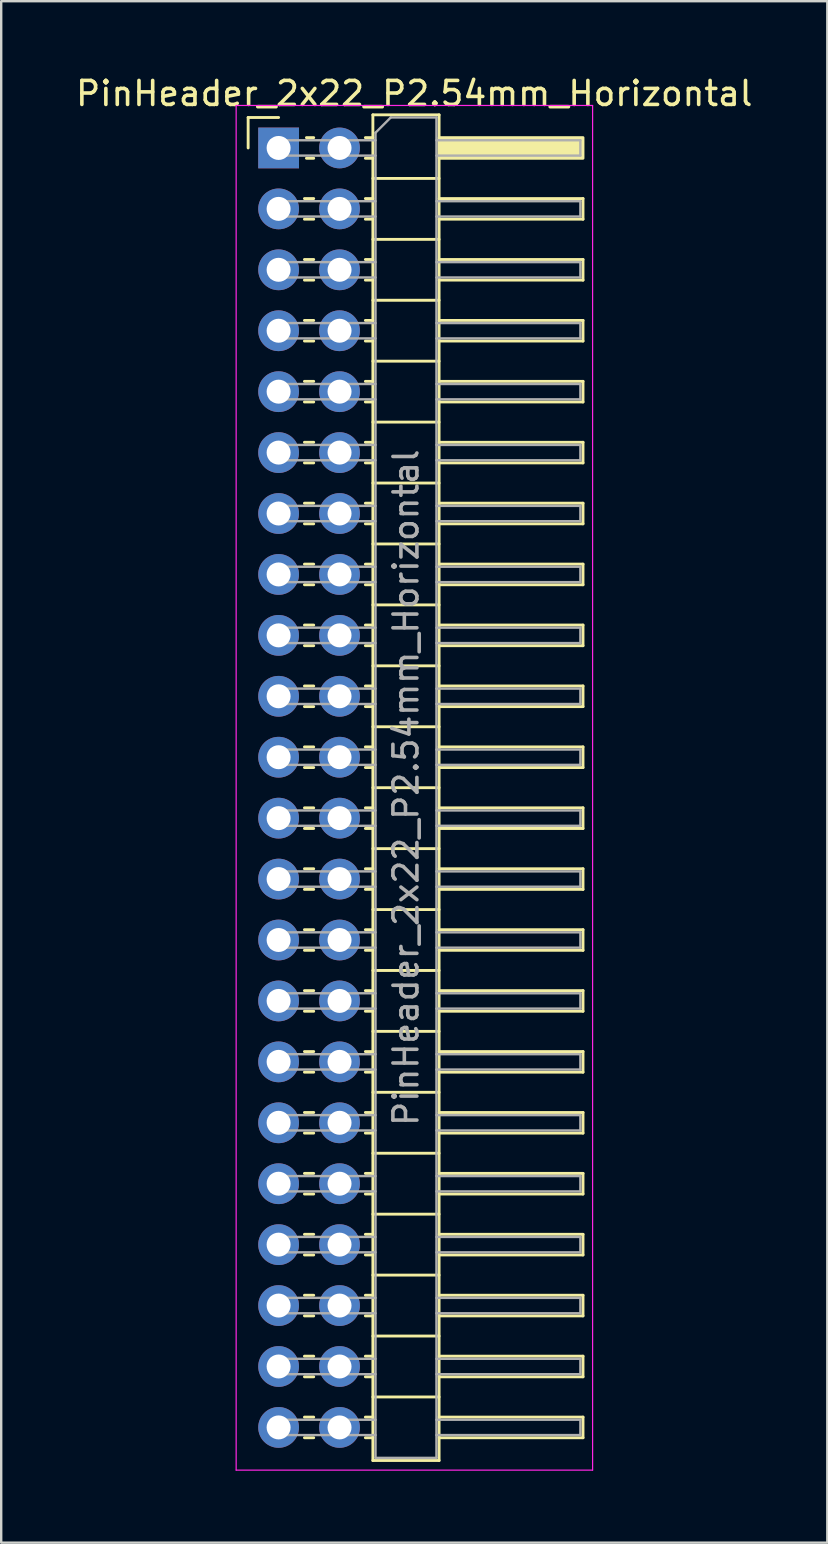
<source format=kicad_pcb>
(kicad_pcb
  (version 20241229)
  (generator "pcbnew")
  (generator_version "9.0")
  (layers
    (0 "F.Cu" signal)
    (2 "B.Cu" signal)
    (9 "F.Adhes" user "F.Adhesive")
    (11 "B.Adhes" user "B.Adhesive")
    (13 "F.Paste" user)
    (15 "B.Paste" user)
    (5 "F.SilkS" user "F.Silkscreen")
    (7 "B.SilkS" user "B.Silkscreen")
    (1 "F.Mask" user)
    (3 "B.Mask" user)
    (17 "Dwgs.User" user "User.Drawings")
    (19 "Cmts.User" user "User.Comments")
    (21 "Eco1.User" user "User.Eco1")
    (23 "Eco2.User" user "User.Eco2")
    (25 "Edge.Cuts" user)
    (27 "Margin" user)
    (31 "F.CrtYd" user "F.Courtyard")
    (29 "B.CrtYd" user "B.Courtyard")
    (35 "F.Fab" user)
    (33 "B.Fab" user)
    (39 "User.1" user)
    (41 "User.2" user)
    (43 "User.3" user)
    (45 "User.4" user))
  (footprint "PinHeader_2x22_P2.54mm_Horizontal"
    (layer "F.Cu")
    (at 8.565 3.118)
    (property "Reference" "PinHeader_2x22_P2.54mm_Horizontal" (at 5.655 -2.27 0) (layer "F.SilkS") (effects (font (size 1 1) (thickness 0.15))))
    (attr through_hole)
    (fp_line (start -1.27 -1.27) (end 0 -1.27) (stroke (width 0.12) (type solid)) (layer "F.SilkS"))
    (fp_line (start -1.27 0) (end -1.27 -1.27) (stroke (width 0.12) (type solid)) (layer "F.SilkS"))
    (fp_line (start 1.077 2.11) (end 1.463 2.11) (stroke (width 0.12) (type solid)) (layer "F.SilkS"))
    (fp_line (start 1.077 2.97) (end 1.463 2.97) (stroke (width 0.12) (type solid)) (layer "F.SilkS"))
    (fp_line (start 1.077 4.65) (end 1.463 4.65) (stroke (width 0.12) (type solid)) (layer "F.SilkS"))
    (fp_line (start 1.077 5.51) (end 1.463 5.51) (stroke (width 0.12) (type solid)) (layer "F.SilkS"))
    (fp_line (start 1.077 7.19) (end 1.463 7.19) (stroke (width 0.12) (type solid)) (layer "F.SilkS"))
    (fp_line (start 1.077 8.05) (end 1.463 8.05) (stroke (width 0.12) (type solid)) (layer "F.SilkS"))
    (fp_line (start 1.077 9.73) (end 1.463 9.73) (stroke (width 0.12) (type solid)) (layer "F.SilkS"))
    (fp_line (start 1.077 10.59) (end 1.463 10.59) (stroke (width 0.12) (type solid)) (layer "F.SilkS"))
    (fp_line (start 1.077 12.27) (end 1.463 12.27) (stroke (width 0.12) (type solid)) (layer "F.SilkS"))
    (fp_line (start 1.077 13.13) (end 1.463 13.13) (stroke (width 0.12) (type solid)) (layer "F.SilkS"))
    (fp_line (start 1.077 14.81) (end 1.463 14.81) (stroke (width 0.12) (type solid)) (layer "F.SilkS"))
    (fp_line (start 1.077 15.67) (end 1.463 15.67) (stroke (width 0.12) (type solid)) (layer "F.SilkS"))
    (fp_line (start 1.077 17.35) (end 1.463 17.35) (stroke (width 0.12) (type solid)) (layer "F.SilkS"))
    (fp_line (start 1.077 18.21) (end 1.463 18.21) (stroke (width 0.12) (type solid)) (layer "F.SilkS"))
    (fp_line (start 1.077 19.89) (end 1.463 19.89) (stroke (width 0.12) (type solid)) (layer "F.SilkS"))
    (fp_line (start 1.077 20.75) (end 1.463 20.75) (stroke (width 0.12) (type solid)) (layer "F.SilkS"))
    (fp_line (start 1.077 22.43) (end 1.463 22.43) (stroke (width 0.12) (type solid)) (layer "F.SilkS"))
    (fp_line (start 1.077 23.29) (end 1.463 23.29) (stroke (width 0.12) (type solid)) (layer "F.SilkS"))
    (fp_line (start 1.077 24.97) (end 1.463 24.97) (stroke (width 0.12) (type solid)) (layer "F.SilkS"))
    (fp_line (start 1.077 25.83) (end 1.463 25.83) (stroke (width 0.12) (type solid)) (layer "F.SilkS"))
    (fp_line (start 1.077 27.51) (end 1.463 27.51) (stroke (width 0.12) (type solid)) (layer "F.SilkS"))
    (fp_line (start 1.077 28.37) (end 1.463 28.37) (stroke (width 0.12) (type solid)) (layer "F.SilkS"))
    (fp_line (start 1.077 30.05) (end 1.463 30.05) (stroke (width 0.12) (type solid)) (layer "F.SilkS"))
    (fp_line (start 1.077 30.91) (end 1.463 30.91) (stroke (width 0.12) (type solid)) (layer "F.SilkS"))
    (fp_line (start 1.077 32.59) (end 1.463 32.59) (stroke (width 0.12) (type solid)) (layer "F.SilkS"))
    (fp_line (start 1.077 33.45) (end 1.463 33.45) (stroke (width 0.12) (type solid)) (layer "F.SilkS"))
    (fp_line (start 1.077 35.13) (end 1.463 35.13) (stroke (width 0.12) (type solid)) (layer "F.SilkS"))
    (fp_line (start 1.077 35.99) (end 1.463 35.99) (stroke (width 0.12) (type solid)) (layer "F.SilkS"))
    (fp_line (start 1.077 37.67) (end 1.463 37.67) (stroke (width 0.12) (type solid)) (layer "F.SilkS"))
    (fp_line (start 1.077 38.53) (end 1.463 38.53) (stroke (width 0.12) (type solid)) (layer "F.SilkS"))
    (fp_line (start 1.077 40.21) (end 1.463 40.21) (stroke (width 0.12) (type solid)) (layer "F.SilkS"))
    (fp_line (start 1.077 41.07) (end 1.463 41.07) (stroke (width 0.12) (type solid)) (layer "F.SilkS"))
    (fp_line (start 1.077 42.75) (end 1.463 42.75) (stroke (width 0.12) (type solid)) (layer "F.SilkS"))
    (fp_line (start 1.077 43.61) (end 1.463 43.61) (stroke (width 0.12) (type solid)) (layer "F.SilkS"))
    (fp_line (start 1.077 45.29) (end 1.463 45.29) (stroke (width 0.12) (type solid)) (layer "F.SilkS"))
    (fp_line (start 1.077 46.15) (end 1.463 46.15) (stroke (width 0.12) (type solid)) (layer "F.SilkS"))
    (fp_line (start 1.077 47.83) (end 1.463 47.83) (stroke (width 0.12) (type solid)) (layer "F.SilkS"))
    (fp_line (start 1.077 48.69) (end 1.463 48.69) (stroke (width 0.12) (type solid)) (layer "F.SilkS"))
    (fp_line (start 1.077 50.37) (end 1.463 50.37) (stroke (width 0.12) (type solid)) (layer "F.SilkS"))
    (fp_line (start 1.077 51.23) (end 1.463 51.23) (stroke (width 0.12) (type solid)) (layer "F.SilkS"))
    (fp_line (start 1.077 52.91) (end 1.463 52.91) (stroke (width 0.12) (type solid)) (layer "F.SilkS"))
    (fp_line (start 1.077 53.77) (end 1.463 53.77) (stroke (width 0.12) (type solid)) (layer "F.SilkS"))
    (fp_line (start 1.16 -0.43) (end 1.463 -0.43) (stroke (width 0.12) (type solid)) (layer "F.SilkS"))
    (fp_line (start 1.16 0.43) (end 1.463 0.43) (stroke (width 0.12) (type solid)) (layer "F.SilkS"))
    (fp_line (start 3.617 -0.43) (end 3.93 -0.43) (stroke (width 0.12) (type solid)) (layer "F.SilkS"))
    (fp_line (start 3.617 0.43) (end 3.93 0.43) (stroke (width 0.12) (type solid)) (layer "F.SilkS"))
    (fp_line (start 3.617 2.11) (end 3.93 2.11) (stroke (width 0.12) (type solid)) (layer "F.SilkS"))
    (fp_line (start 3.617 2.97) (end 3.93 2.97) (stroke (width 0.12) (type solid)) (layer "F.SilkS"))
    (fp_line (start 3.617 4.65) (end 3.93 4.65) (stroke (width 0.12) (type solid)) (layer "F.SilkS"))
    (fp_line (start 3.617 5.51) (end 3.93 5.51) (stroke (width 0.12) (type solid)) (layer "F.SilkS"))
    (fp_line (start 3.617 7.19) (end 3.93 7.19) (stroke (width 0.12) (type solid)) (layer "F.SilkS"))
    (fp_line (start 3.617 8.05) (end 3.93 8.05) (stroke (width 0.12) (type solid)) (layer "F.SilkS"))
    (fp_line (start 3.617 9.73) (end 3.93 9.73) (stroke (width 0.12) (type solid)) (layer "F.SilkS"))
    (fp_line (start 3.617 10.59) (end 3.93 10.59) (stroke (width 0.12) (type solid)) (layer "F.SilkS"))
    (fp_line (start 3.617 12.27) (end 3.93 12.27) (stroke (width 0.12) (type solid)) (layer "F.SilkS"))
    (fp_line (start 3.617 13.13) (end 3.93 13.13) (stroke (width 0.12) (type solid)) (layer "F.SilkS"))
    (fp_line (start 3.617 14.81) (end 3.93 14.81) (stroke (width 0.12) (type solid)) (layer "F.SilkS"))
    (fp_line (start 3.617 15.67) (end 3.93 15.67) (stroke (width 0.12) (type solid)) (layer "F.SilkS"))
    (fp_line (start 3.617 17.35) (end 3.93 17.35) (stroke (width 0.12) (type solid)) (layer "F.SilkS"))
    (fp_line (start 3.617 18.21) (end 3.93 18.21) (stroke (width 0.12) (type solid)) (layer "F.SilkS"))
    (fp_line (start 3.617 19.89) (end 3.93 19.89) (stroke (width 0.12) (type solid)) (layer "F.SilkS"))
    (fp_line (start 3.617 20.75) (end 3.93 20.75) (stroke (width 0.12) (type solid)) (layer "F.SilkS"))
    (fp_line (start 3.617 22.43) (end 3.93 22.43) (stroke (width 0.12) (type solid)) (layer "F.SilkS"))
    (fp_line (start 3.617 23.29) (end 3.93 23.29) (stroke (width 0.12) (type solid)) (layer "F.SilkS"))
    (fp_line (start 3.617 24.97) (end 3.93 24.97) (stroke (width 0.12) (type solid)) (layer "F.SilkS"))
    (fp_line (start 3.617 25.83) (end 3.93 25.83) (stroke (width 0.12) (type solid)) (layer "F.SilkS"))
    (fp_line (start 3.617 27.51) (end 3.93 27.51) (stroke (width 0.12) (type solid)) (layer "F.SilkS"))
    (fp_line (start 3.617 28.37) (end 3.93 28.37) (stroke (width 0.12) (type solid)) (layer "F.SilkS"))
    (fp_line (start 3.617 30.05) (end 3.93 30.05) (stroke (width 0.12) (type solid)) (layer "F.SilkS"))
    (fp_line (start 3.617 30.91) (end 3.93 30.91) (stroke (width 0.12) (type solid)) (layer "F.SilkS"))
    (fp_line (start 3.617 32.59) (end 3.93 32.59) (stroke (width 0.12) (type solid)) (layer "F.SilkS"))
    (fp_line (start 3.617 33.45) (end 3.93 33.45) (stroke (width 0.12) (type solid)) (layer "F.SilkS"))
    (fp_line (start 3.617 35.13) (end 3.93 35.13) (stroke (width 0.12) (type solid)) (layer "F.SilkS"))
    (fp_line (start 3.617 35.99) (end 3.93 35.99) (stroke (width 0.12) (type solid)) (layer "F.SilkS"))
    (fp_line (start 3.617 37.67) (end 3.93 37.67) (stroke (width 0.12) (type solid)) (layer "F.SilkS"))
    (fp_line (start 3.617 38.53) (end 3.93 38.53) (stroke (width 0.12) (type solid)) (layer "F.SilkS"))
    (fp_line (start 3.617 40.21) (end 3.93 40.21) (stroke (width 0.12) (type solid)) (layer "F.SilkS"))
    (fp_line (start 3.617 41.07) (end 3.93 41.07) (stroke (width 0.12) (type solid)) (layer "F.SilkS"))
    (fp_line (start 3.617 42.75) (end 3.93 42.75) (stroke (width 0.12) (type solid)) (layer "F.SilkS"))
    (fp_line (start 3.617 43.61) (end 3.93 43.61) (stroke (width 0.12) (type solid)) (layer "F.SilkS"))
    (fp_line (start 3.617 45.29) (end 3.93 45.29) (stroke (width 0.12) (type solid)) (layer "F.SilkS"))
    (fp_line (start 3.617 46.15) (end 3.93 46.15) (stroke (width 0.12) (type solid)) (layer "F.SilkS"))
    (fp_line (start 3.617 47.83) (end 3.93 47.83) (stroke (width 0.12) (type solid)) (layer "F.SilkS"))
    (fp_line (start 3.617 48.69) (end 3.93 48.69) (stroke (width 0.12) (type solid)) (layer "F.SilkS"))
    (fp_line (start 3.617 50.37) (end 3.93 50.37) (stroke (width 0.12) (type solid)) (layer "F.SilkS"))
    (fp_line (start 3.617 51.23) (end 3.93 51.23) (stroke (width 0.12) (type solid)) (layer "F.SilkS"))
    (fp_line (start 3.617 52.91) (end 3.93 52.91) (stroke (width 0.12) (type solid)) (layer "F.SilkS"))
    (fp_line (start 3.617 53.77) (end 3.93 53.77) (stroke (width 0.12) (type solid)) (layer "F.SilkS"))
    (fp_line (start 3.93 -1.38) (end 3.93 54.72) (stroke (width 0.12) (type solid)) (layer "F.SilkS"))
    (fp_line (start 3.93 1.27) (end 6.69 1.27) (stroke (width 0.12) (type solid)) (layer "F.SilkS"))
    (fp_line (start 3.93 3.81) (end 6.69 3.81) (stroke (width 0.12) (type solid)) (layer "F.SilkS"))
    (fp_line (start 3.93 6.35) (end 6.69 6.35) (stroke (width 0.12) (type solid)) (layer "F.SilkS"))
    (fp_line (start 3.93 8.89) (end 6.69 8.89) (stroke (width 0.12) (type solid)) (layer "F.SilkS"))
    (fp_line (start 3.93 11.43) (end 6.69 11.43) (stroke (width 0.12) (type solid)) (layer "F.SilkS"))
    (fp_line (start 3.93 13.97) (end 6.69 13.97) (stroke (width 0.12) (type solid)) (layer "F.SilkS"))
    (fp_line (start 3.93 16.51) (end 6.69 16.51) (stroke (width 0.12) (type solid)) (layer "F.SilkS"))
    (fp_line (start 3.93 19.05) (end 6.69 19.05) (stroke (width 0.12) (type solid)) (layer "F.SilkS"))
    (fp_line (start 3.93 21.59) (end 6.69 21.59) (stroke (width 0.12) (type solid)) (layer "F.SilkS"))
    (fp_line (start 3.93 24.13) (end 6.69 24.13) (stroke (width 0.12) (type solid)) (layer "F.SilkS"))
    (fp_line (start 3.93 26.67) (end 6.69 26.67) (stroke (width 0.12) (type solid)) (layer "F.SilkS"))
    (fp_line (start 3.93 29.21) (end 6.69 29.21) (stroke (width 0.12) (type solid)) (layer "F.SilkS"))
    (fp_line (start 3.93 31.75) (end 6.69 31.75) (stroke (width 0.12) (type solid)) (layer "F.SilkS"))
    (fp_line (start 3.93 34.29) (end 6.69 34.29) (stroke (width 0.12) (type solid)) (layer "F.SilkS"))
    (fp_line (start 3.93 36.83) (end 6.69 36.83) (stroke (width 0.12) (type solid)) (layer "F.SilkS"))
    (fp_line (start 3.93 39.37) (end 6.69 39.37) (stroke (width 0.12) (type solid)) (layer "F.SilkS"))
    (fp_line (start 3.93 41.91) (end 6.69 41.91) (stroke (width 0.12) (type solid)) (layer "F.SilkS"))
    (fp_line (start 3.93 44.45) (end 6.69 44.45) (stroke (width 0.12) (type solid)) (layer "F.SilkS"))
    (fp_line (start 3.93 46.99) (end 6.69 46.99) (stroke (width 0.12) (type solid)) (layer "F.SilkS"))
    (fp_line (start 3.93 49.53) (end 6.69 49.53) (stroke (width 0.12) (type solid)) (layer "F.SilkS"))
    (fp_line (start 3.93 52.07) (end 6.69 52.07) (stroke (width 0.12) (type solid)) (layer "F.SilkS"))
    (fp_line (start 3.93 54.72) (end 6.69 54.72) (stroke (width 0.12) (type solid)) (layer "F.SilkS"))
    (fp_line (start 6.69 -1.38) (end 3.93 -1.38) (stroke (width 0.12) (type solid)) (layer "F.SilkS"))
    (fp_line (start 6.69 2.11) (end 12.69 2.11) (stroke (width 0.12) (type solid)) (layer "F.SilkS"))
    (fp_line (start 6.69 4.65) (end 12.69 4.65) (stroke (width 0.12) (type solid)) (layer "F.SilkS"))
    (fp_line (start 6.69 7.19) (end 12.69 7.19) (stroke (width 0.12) (type solid)) (layer "F.SilkS"))
    (fp_line (start 6.69 9.73) (end 12.69 9.73) (stroke (width 0.12) (type solid)) (layer "F.SilkS"))
    (fp_line (start 6.69 12.27) (end 12.69 12.27) (stroke (width 0.12) (type solid)) (layer "F.SilkS"))
    (fp_line (start 6.69 14.81) (end 12.69 14.81) (stroke (width 0.12) (type solid)) (layer "F.SilkS"))
    (fp_line (start 6.69 17.35) (end 12.69 17.35) (stroke (width 0.12) (type solid)) (layer "F.SilkS"))
    (fp_line (start 6.69 19.89) (end 12.69 19.89) (stroke (width 0.12) (type solid)) (layer "F.SilkS"))
    (fp_line (start 6.69 22.43) (end 12.69 22.43) (stroke (width 0.12) (type solid)) (layer "F.SilkS"))
    (fp_line (start 6.69 24.97) (end 12.69 24.97) (stroke (width 0.12) (type solid)) (layer "F.SilkS"))
    (fp_line (start 6.69 27.51) (end 12.69 27.51) (stroke (width 0.12) (type solid)) (layer "F.SilkS"))
    (fp_line (start 6.69 30.05) (end 12.69 30.05) (stroke (width 0.12) (type solid)) (layer "F.SilkS"))
    (fp_line (start 6.69 32.59) (end 12.69 32.59) (stroke (width 0.12) (type solid)) (layer "F.SilkS"))
    (fp_line (start 6.69 35.13) (end 12.69 35.13) (stroke (width 0.12) (type solid)) (layer "F.SilkS"))
    (fp_line (start 6.69 37.67) (end 12.69 37.67) (stroke (width 0.12) (type solid)) (layer "F.SilkS"))
    (fp_line (start 6.69 40.21) (end 12.69 40.21) (stroke (width 0.12) (type solid)) (layer "F.SilkS"))
    (fp_line (start 6.69 42.75) (end 12.69 42.75) (stroke (width 0.12) (type solid)) (layer "F.SilkS"))
    (fp_line (start 6.69 45.29) (end 12.69 45.29) (stroke (width 0.12) (type solid)) (layer "F.SilkS"))
    (fp_line (start 6.69 47.83) (end 12.69 47.83) (stroke (width 0.12) (type solid)) (layer "F.SilkS"))
    (fp_line (start 6.69 50.37) (end 12.69 50.37) (stroke (width 0.12) (type solid)) (layer "F.SilkS"))
    (fp_line (start 6.69 52.91) (end 12.69 52.91) (stroke (width 0.12) (type solid)) (layer "F.SilkS"))
    (fp_line (start 6.69 54.72) (end 6.69 -1.38) (stroke (width 0.12) (type solid)) (layer "F.SilkS"))
    (fp_line (start 12.69 2.11) (end 12.69 2.97) (stroke (width 0.12) (type solid)) (layer "F.SilkS"))
    (fp_line (start 12.69 2.97) (end 6.69 2.97) (stroke (width 0.12) (type solid)) (layer "F.SilkS"))
    (fp_line (start 12.69 4.65) (end 12.69 5.51) (stroke (width 0.12) (type solid)) (layer "F.SilkS"))
    (fp_line (start 12.69 5.51) (end 6.69 5.51) (stroke (width 0.12) (type solid)) (layer "F.SilkS"))
    (fp_line (start 12.69 7.19) (end 12.69 8.05) (stroke (width 0.12) (type solid)) (layer "F.SilkS"))
    (fp_line (start 12.69 8.05) (end 6.69 8.05) (stroke (width 0.12) (type solid)) (layer "F.SilkS"))
    (fp_line (start 12.69 9.73) (end 12.69 10.59) (stroke (width 0.12) (type solid)) (layer "F.SilkS"))
    (fp_line (start 12.69 10.59) (end 6.69 10.59) (stroke (width 0.12) (type solid)) (layer "F.SilkS"))
    (fp_line (start 12.69 12.27) (end 12.69 13.13) (stroke (width 0.12) (type solid)) (layer "F.SilkS"))
    (fp_line (start 12.69 13.13) (end 6.69 13.13) (stroke (width 0.12) (type solid)) (layer "F.SilkS"))
    (fp_line (start 12.69 14.81) (end 12.69 15.67) (stroke (width 0.12) (type solid)) (layer "F.SilkS"))
    (fp_line (start 12.69 15.67) (end 6.69 15.67) (stroke (width 0.12) (type solid)) (layer "F.SilkS"))
    (fp_line (start 12.69 17.35) (end 12.69 18.21) (stroke (width 0.12) (type solid)) (layer "F.SilkS"))
    (fp_line (start 12.69 18.21) (end 6.69 18.21) (stroke (width 0.12) (type solid)) (layer "F.SilkS"))
    (fp_line (start 12.69 19.89) (end 12.69 20.75) (stroke (width 0.12) (type solid)) (layer "F.SilkS"))
    (fp_line (start 12.69 20.75) (end 6.69 20.75) (stroke (width 0.12) (type solid)) (layer "F.SilkS"))
    (fp_line (start 12.69 22.43) (end 12.69 23.29) (stroke (width 0.12) (type solid)) (layer "F.SilkS"))
    (fp_line (start 12.69 23.29) (end 6.69 23.29) (stroke (width 0.12) (type solid)) (layer "F.SilkS"))
    (fp_line (start 12.69 24.97) (end 12.69 25.83) (stroke (width 0.12) (type solid)) (layer "F.SilkS"))
    (fp_line (start 12.69 25.83) (end 6.69 25.83) (stroke (width 0.12) (type solid)) (layer "F.SilkS"))
    (fp_line (start 12.69 27.51) (end 12.69 28.37) (stroke (width 0.12) (type solid)) (layer "F.SilkS"))
    (fp_line (start 12.69 28.37) (end 6.69 28.37) (stroke (width 0.12) (type solid)) (layer "F.SilkS"))
    (fp_line (start 12.69 30.05) (end 12.69 30.91) (stroke (width 0.12) (type solid)) (layer "F.SilkS"))
    (fp_line (start 12.69 30.91) (end 6.69 30.91) (stroke (width 0.12) (type solid)) (layer "F.SilkS"))
    (fp_line (start 12.69 32.59) (end 12.69 33.45) (stroke (width 0.12) (type solid)) (layer "F.SilkS"))
    (fp_line (start 12.69 33.45) (end 6.69 33.45) (stroke (width 0.12) (type solid)) (layer "F.SilkS"))
    (fp_line (start 12.69 35.13) (end 12.69 35.99) (stroke (width 0.12) (type solid)) (layer "F.SilkS"))
    (fp_line (start 12.69 35.99) (end 6.69 35.99) (stroke (width 0.12) (type solid)) (layer "F.SilkS"))
    (fp_line (start 12.69 37.67) (end 12.69 38.53) (stroke (width 0.12) (type solid)) (layer "F.SilkS"))
    (fp_line (start 12.69 38.53) (end 6.69 38.53) (stroke (width 0.12) (type solid)) (layer "F.SilkS"))
    (fp_line (start 12.69 40.21) (end 12.69 41.07) (stroke (width 0.12) (type solid)) (layer "F.SilkS"))
    (fp_line (start 12.69 41.07) (end 6.69 41.07) (stroke (width 0.12) (type solid)) (layer "F.SilkS"))
    (fp_line (start 12.69 42.75) (end 12.69 43.61) (stroke (width 0.12) (type solid)) (layer "F.SilkS"))
    (fp_line (start 12.69 43.61) (end 6.69 43.61) (stroke (width 0.12) (type solid)) (layer "F.SilkS"))
    (fp_line (start 12.69 45.29) (end 12.69 46.15) (stroke (width 0.12) (type solid)) (layer "F.SilkS"))
    (fp_line (start 12.69 46.15) (end 6.69 46.15) (stroke (width 0.12) (type solid)) (layer "F.SilkS"))
    (fp_line (start 12.69 47.83) (end 12.69 48.69) (stroke (width 0.12) (type solid)) (layer "F.SilkS"))
    (fp_line (start 12.69 48.69) (end 6.69 48.69) (stroke (width 0.12) (type solid)) (layer "F.SilkS"))
    (fp_line (start 12.69 50.37) (end 12.69 51.23) (stroke (width 0.12) (type solid)) (layer "F.SilkS"))
    (fp_line (start 12.69 51.23) (end 6.69 51.23) (stroke (width 0.12) (type solid)) (layer "F.SilkS"))
    (fp_line (start 12.69 52.91) (end 12.69 53.77) (stroke (width 0.12) (type solid)) (layer "F.SilkS"))
    (fp_line (start 12.69 53.77) (end 6.69 53.77) (stroke (width 0.12) (type solid)) (layer "F.SilkS"))
    (fp_rect (start 6.69 -0.43) (end 12.69 0.43) (stroke (width 0.12) (type solid)) (fill yes) (layer "F.SilkS"))
    (fp_line (start -1.77 -1.77) (end -1.77 55.12) (stroke (width 0.05) (type solid)) (layer "F.CrtYd"))
    (fp_line (start -1.77 55.12) (end 13.09 55.12) (stroke (width 0.05) (type solid)) (layer "F.CrtYd"))
    (fp_line (start 13.09 -1.77) (end -1.77 -1.77) (stroke (width 0.05) (type solid)) (layer "F.CrtYd"))
    (fp_line (start 13.09 55.12) (end 13.09 -1.77) (stroke (width 0.05) (type solid)) (layer "F.CrtYd"))
    (fp_line (start -0.32 -0.32) (end -0.32 0.32) (stroke (width 0.1) (type solid)) (layer "F.Fab"))
    (fp_line (start -0.32 -0.32) (end 4.04 -0.32) (stroke (width 0.1) (type solid)) (layer "F.Fab"))
    (fp_line (start -0.32 0.32) (end 4.04 0.32) (stroke (width 0.1) (type solid)) (layer "F.Fab"))
    (fp_line (start -0.32 2.22) (end -0.32 2.86) (stroke (width 0.1) (type solid)) (layer "F.Fab"))
    (fp_line (start -0.32 2.22) (end 4.04 2.22) (stroke (width 0.1) (type solid)) (layer "F.Fab"))
    (fp_line (start -0.32 2.86) (end 4.04 2.86) (stroke (width 0.1) (type solid)) (layer "F.Fab"))
    (fp_line (start -0.32 4.76) (end -0.32 5.4) (stroke (width 0.1) (type solid)) (layer "F.Fab"))
    (fp_line (start -0.32 4.76) (end 4.04 4.76) (stroke (width 0.1) (type solid)) (layer "F.Fab"))
    (fp_line (start -0.32 5.4) (end 4.04 5.4) (stroke (width 0.1) (type solid)) (layer "F.Fab"))
    (fp_line (start -0.32 7.3) (end -0.32 7.94) (stroke (width 0.1) (type solid)) (layer "F.Fab"))
    (fp_line (start -0.32 7.3) (end 4.04 7.3) (stroke (width 0.1) (type solid)) (layer "F.Fab"))
    (fp_line (start -0.32 7.94) (end 4.04 7.94) (stroke (width 0.1) (type solid)) (layer "F.Fab"))
    (fp_line (start -0.32 9.84) (end -0.32 10.48) (stroke (width 0.1) (type solid)) (layer "F.Fab"))
    (fp_line (start -0.32 9.84) (end 4.04 9.84) (stroke (width 0.1) (type solid)) (layer "F.Fab"))
    (fp_line (start -0.32 10.48) (end 4.04 10.48) (stroke (width 0.1) (type solid)) (layer "F.Fab"))
    (fp_line (start -0.32 12.38) (end -0.32 13.02) (stroke (width 0.1) (type solid)) (layer "F.Fab"))
    (fp_line (start -0.32 12.38) (end 4.04 12.38) (stroke (width 0.1) (type solid)) (layer "F.Fab"))
    (fp_line (start -0.32 13.02) (end 4.04 13.02) (stroke (width 0.1) (type solid)) (layer "F.Fab"))
    (fp_line (start -0.32 14.92) (end -0.32 15.56) (stroke (width 0.1) (type solid)) (layer "F.Fab"))
    (fp_line (start -0.32 14.92) (end 4.04 14.92) (stroke (width 0.1) (type solid)) (layer "F.Fab"))
    (fp_line (start -0.32 15.56) (end 4.04 15.56) (stroke (width 0.1) (type solid)) (layer "F.Fab"))
    (fp_line (start -0.32 17.46) (end -0.32 18.1) (stroke (width 0.1) (type solid)) (layer "F.Fab"))
    (fp_line (start -0.32 17.46) (end 4.04 17.46) (stroke (width 0.1) (type solid)) (layer "F.Fab"))
    (fp_line (start -0.32 18.1) (end 4.04 18.1) (stroke (width 0.1) (type solid)) (layer "F.Fab"))
    (fp_line (start -0.32 20) (end -0.32 20.64) (stroke (width 0.1) (type solid)) (layer "F.Fab"))
    (fp_line (start -0.32 20) (end 4.04 20) (stroke (width 0.1) (type solid)) (layer "F.Fab"))
    (fp_line (start -0.32 20.64) (end 4.04 20.64) (stroke (width 0.1) (type solid)) (layer "F.Fab"))
    (fp_line (start -0.32 22.54) (end -0.32 23.18) (stroke (width 0.1) (type solid)) (layer "F.Fab"))
    (fp_line (start -0.32 22.54) (end 4.04 22.54) (stroke (width 0.1) (type solid)) (layer "F.Fab"))
    (fp_line (start -0.32 23.18) (end 4.04 23.18) (stroke (width 0.1) (type solid)) (layer "F.Fab"))
    (fp_line (start -0.32 25.08) (end -0.32 25.72) (stroke (width 0.1) (type solid)) (layer "F.Fab"))
    (fp_line (start -0.32 25.08) (end 4.04 25.08) (stroke (width 0.1) (type solid)) (layer "F.Fab"))
    (fp_line (start -0.32 25.72) (end 4.04 25.72) (stroke (width 0.1) (type solid)) (layer "F.Fab"))
    (fp_line (start -0.32 27.62) (end -0.32 28.26) (stroke (width 0.1) (type solid)) (layer "F.Fab"))
    (fp_line (start -0.32 27.62) (end 4.04 27.62) (stroke (width 0.1) (type solid)) (layer "F.Fab"))
    (fp_line (start -0.32 28.26) (end 4.04 28.26) (stroke (width 0.1) (type solid)) (layer "F.Fab"))
    (fp_line (start -0.32 30.16) (end -0.32 30.8) (stroke (width 0.1) (type solid)) (layer "F.Fab"))
    (fp_line (start -0.32 30.16) (end 4.04 30.16) (stroke (width 0.1) (type solid)) (layer "F.Fab"))
    (fp_line (start -0.32 30.8) (end 4.04 30.8) (stroke (width 0.1) (type solid)) (layer "F.Fab"))
    (fp_line (start -0.32 32.7) (end -0.32 33.34) (stroke (width 0.1) (type solid)) (layer "F.Fab"))
    (fp_line (start -0.32 32.7) (end 4.04 32.7) (stroke (width 0.1) (type solid)) (layer "F.Fab"))
    (fp_line (start -0.32 33.34) (end 4.04 33.34) (stroke (width 0.1) (type solid)) (layer "F.Fab"))
    (fp_line (start -0.32 35.24) (end -0.32 35.88) (stroke (width 0.1) (type solid)) (layer "F.Fab"))
    (fp_line (start -0.32 35.24) (end 4.04 35.24) (stroke (width 0.1) (type solid)) (layer "F.Fab"))
    (fp_line (start -0.32 35.88) (end 4.04 35.88) (stroke (width 0.1) (type solid)) (layer "F.Fab"))
    (fp_line (start -0.32 37.78) (end -0.32 38.42) (stroke (width 0.1) (type solid)) (layer "F.Fab"))
    (fp_line (start -0.32 37.78) (end 4.04 37.78) (stroke (width 0.1) (type solid)) (layer "F.Fab"))
    (fp_line (start -0.32 38.42) (end 4.04 38.42) (stroke (width 0.1) (type solid)) (layer "F.Fab"))
    (fp_line (start -0.32 40.32) (end -0.32 40.96) (stroke (width 0.1) (type solid)) (layer "F.Fab"))
    (fp_line (start -0.32 40.32) (end 4.04 40.32) (stroke (width 0.1) (type solid)) (layer "F.Fab"))
    (fp_line (start -0.32 40.96) (end 4.04 40.96) (stroke (width 0.1) (type solid)) (layer "F.Fab"))
    (fp_line (start -0.32 42.86) (end -0.32 43.5) (stroke (width 0.1) (type solid)) (layer "F.Fab"))
    (fp_line (start -0.32 42.86) (end 4.04 42.86) (stroke (width 0.1) (type solid)) (layer "F.Fab"))
    (fp_line (start -0.32 43.5) (end 4.04 43.5) (stroke (width 0.1) (type solid)) (layer "F.Fab"))
    (fp_line (start -0.32 45.4) (end -0.32 46.04) (stroke (width 0.1) (type solid)) (layer "F.Fab"))
    (fp_line (start -0.32 45.4) (end 4.04 45.4) (stroke (width 0.1) (type solid)) (layer "F.Fab"))
    (fp_line (start -0.32 46.04) (end 4.04 46.04) (stroke (width 0.1) (type solid)) (layer "F.Fab"))
    (fp_line (start -0.32 47.94) (end -0.32 48.58) (stroke (width 0.1) (type solid)) (layer "F.Fab"))
    (fp_line (start -0.32 47.94) (end 4.04 47.94) (stroke (width 0.1) (type solid)) (layer "F.Fab"))
    (fp_line (start -0.32 48.58) (end 4.04 48.58) (stroke (width 0.1) (type solid)) (layer "F.Fab"))
    (fp_line (start -0.32 50.48) (end -0.32 51.12) (stroke (width 0.1) (type solid)) (layer "F.Fab"))
    (fp_line (start -0.32 50.48) (end 4.04 50.48) (stroke (width 0.1) (type solid)) (layer "F.Fab"))
    (fp_line (start -0.32 51.12) (end 4.04 51.12) (stroke (width 0.1) (type solid)) (layer "F.Fab"))
    (fp_line (start -0.32 53.02) (end -0.32 53.66) (stroke (width 0.1) (type solid)) (layer "F.Fab"))
    (fp_line (start -0.32 53.02) (end 4.04 53.02) (stroke (width 0.1) (type solid)) (layer "F.Fab"))
    (fp_line (start -0.32 53.66) (end 4.04 53.66) (stroke (width 0.1) (type solid)) (layer "F.Fab"))
    (fp_line (start 4.04 -0.635) (end 4.675 -1.27) (stroke (width 0.1) (type solid)) (layer "F.Fab"))
    (fp_line (start 4.04 54.61) (end 4.04 -0.635) (stroke (width 0.1) (type solid)) (layer "F.Fab"))
    (fp_line (start 4.675 -1.27) (end 6.58 -1.27) (stroke (width 0.1) (type solid)) (layer "F.Fab"))
    (fp_line (start 6.58 -1.27) (end 6.58 54.61) (stroke (width 0.1) (type solid)) (layer "F.Fab"))
    (fp_line (start 6.58 -0.32) (end 12.58 -0.32) (stroke (width 0.1) (type solid)) (layer "F.Fab"))
    (fp_line (start 6.58 0.32) (end 12.58 0.32) (stroke (width 0.1) (type solid)) (layer "F.Fab"))
    (fp_line (start 6.58 2.22) (end 12.58 2.22) (stroke (width 0.1) (type solid)) (layer "F.Fab"))
    (fp_line (start 6.58 2.86) (end 12.58 2.86) (stroke (width 0.1) (type solid)) (layer "F.Fab"))
    (fp_line (start 6.58 4.76) (end 12.58 4.76) (stroke (width 0.1) (type solid)) (layer "F.Fab"))
    (fp_line (start 6.58 5.4) (end 12.58 5.4) (stroke (width 0.1) (type solid)) (layer "F.Fab"))
    (fp_line (start 6.58 7.3) (end 12.58 7.3) (stroke (width 0.1) (type solid)) (layer "F.Fab"))
    (fp_line (start 6.58 7.94) (end 12.58 7.94) (stroke (width 0.1) (type solid)) (layer "F.Fab"))
    (fp_line (start 6.58 9.84) (end 12.58 9.84) (stroke (width 0.1) (type solid)) (layer "F.Fab"))
    (fp_line (start 6.58 10.48) (end 12.58 10.48) (stroke (width 0.1) (type solid)) (layer "F.Fab"))
    (fp_line (start 6.58 12.38) (end 12.58 12.38) (stroke (width 0.1) (type solid)) (layer "F.Fab"))
    (fp_line (start 6.58 13.02) (end 12.58 13.02) (stroke (width 0.1) (type solid)) (layer "F.Fab"))
    (fp_line (start 6.58 14.92) (end 12.58 14.92) (stroke (width 0.1) (type solid)) (layer "F.Fab"))
    (fp_line (start 6.58 15.56) (end 12.58 15.56) (stroke (width 0.1) (type solid)) (layer "F.Fab"))
    (fp_line (start 6.58 17.46) (end 12.58 17.46) (stroke (width 0.1) (type solid)) (layer "F.Fab"))
    (fp_line (start 6.58 18.1) (end 12.58 18.1) (stroke (width 0.1) (type solid)) (layer "F.Fab"))
    (fp_line (start 6.58 20) (end 12.58 20) (stroke (width 0.1) (type solid)) (layer "F.Fab"))
    (fp_line (start 6.58 20.64) (end 12.58 20.64) (stroke (width 0.1) (type solid)) (layer "F.Fab"))
    (fp_line (start 6.58 22.54) (end 12.58 22.54) (stroke (width 0.1) (type solid)) (layer "F.Fab"))
    (fp_line (start 6.58 23.18) (end 12.58 23.18) (stroke (width 0.1) (type solid)) (layer "F.Fab"))
    (fp_line (start 6.58 25.08) (end 12.58 25.08) (stroke (width 0.1) (type solid)) (layer "F.Fab"))
    (fp_line (start 6.58 25.72) (end 12.58 25.72) (stroke (width 0.1) (type solid)) (layer "F.Fab"))
    (fp_line (start 6.58 27.62) (end 12.58 27.62) (stroke (width 0.1) (type solid)) (layer "F.Fab"))
    (fp_line (start 6.58 28.26) (end 12.58 28.26) (stroke (width 0.1) (type solid)) (layer "F.Fab"))
    (fp_line (start 6.58 30.16) (end 12.58 30.16) (stroke (width 0.1) (type solid)) (layer "F.Fab"))
    (fp_line (start 6.58 30.8) (end 12.58 30.8) (stroke (width 0.1) (type solid)) (layer "F.Fab"))
    (fp_line (start 6.58 32.7) (end 12.58 32.7) (stroke (width 0.1) (type solid)) (layer "F.Fab"))
    (fp_line (start 6.58 33.34) (end 12.58 33.34) (stroke (width 0.1) (type solid)) (layer "F.Fab"))
    (fp_line (start 6.58 35.24) (end 12.58 35.24) (stroke (width 0.1) (type solid)) (layer "F.Fab"))
    (fp_line (start 6.58 35.88) (end 12.58 35.88) (stroke (width 0.1) (type solid)) (layer "F.Fab"))
    (fp_line (start 6.58 37.78) (end 12.58 37.78) (stroke (width 0.1) (type solid)) (layer "F.Fab"))
    (fp_line (start 6.58 38.42) (end 12.58 38.42) (stroke (width 0.1) (type solid)) (layer "F.Fab"))
    (fp_line (start 6.58 40.32) (end 12.58 40.32) (stroke (width 0.1) (type solid)) (layer "F.Fab"))
    (fp_line (start 6.58 40.96) (end 12.58 40.96) (stroke (width 0.1) (type solid)) (layer "F.Fab"))
    (fp_line (start 6.58 42.86) (end 12.58 42.86) (stroke (width 0.1) (type solid)) (layer "F.Fab"))
    (fp_line (start 6.58 43.5) (end 12.58 43.5) (stroke (width 0.1) (type solid)) (layer "F.Fab"))
    (fp_line (start 6.58 45.4) (end 12.58 45.4) (stroke (width 0.1) (type solid)) (layer "F.Fab"))
    (fp_line (start 6.58 46.04) (end 12.58 46.04) (stroke (width 0.1) (type solid)) (layer "F.Fab"))
    (fp_line (start 6.58 47.94) (end 12.58 47.94) (stroke (width 0.1) (type solid)) (layer "F.Fab"))
    (fp_line (start 6.58 48.58) (end 12.58 48.58) (stroke (width 0.1) (type solid)) (layer "F.Fab"))
    (fp_line (start 6.58 50.48) (end 12.58 50.48) (stroke (width 0.1) (type solid)) (layer "F.Fab"))
    (fp_line (start 6.58 51.12) (end 12.58 51.12) (stroke (width 0.1) (type solid)) (layer "F.Fab"))
    (fp_line (start 6.58 53.02) (end 12.58 53.02) (stroke (width 0.1) (type solid)) (layer "F.Fab"))
    (fp_line (start 6.58 53.66) (end 12.58 53.66) (stroke (width 0.1) (type solid)) (layer "F.Fab"))
    (fp_line (start 6.58 54.61) (end 4.04 54.61) (stroke (width 0.1) (type solid)) (layer "F.Fab"))
    (fp_line (start 12.58 -0.32) (end 12.58 0.32) (stroke (width 0.1) (type solid)) (layer "F.Fab"))
    (fp_line (start 12.58 2.22) (end 12.58 2.86) (stroke (width 0.1) (type solid)) (layer "F.Fab"))
    (fp_line (start 12.58 4.76) (end 12.58 5.4) (stroke (width 0.1) (type solid)) (layer "F.Fab"))
    (fp_line (start 12.58 7.3) (end 12.58 7.94) (stroke (width 0.1) (type solid)) (layer "F.Fab"))
    (fp_line (start 12.58 9.84) (end 12.58 10.48) (stroke (width 0.1) (type solid)) (layer "F.Fab"))
    (fp_line (start 12.58 12.38) (end 12.58 13.02) (stroke (width 0.1) (type solid)) (layer "F.Fab"))
    (fp_line (start 12.58 14.92) (end 12.58 15.56) (stroke (width 0.1) (type solid)) (layer "F.Fab"))
    (fp_line (start 12.58 17.46) (end 12.58 18.1) (stroke (width 0.1) (type solid)) (layer "F.Fab"))
    (fp_line (start 12.58 20) (end 12.58 20.64) (stroke (width 0.1) (type solid)) (layer "F.Fab"))
    (fp_line (start 12.58 22.54) (end 12.58 23.18) (stroke (width 0.1) (type solid)) (layer "F.Fab"))
    (fp_line (start 12.58 25.08) (end 12.58 25.72) (stroke (width 0.1) (type solid)) (layer "F.Fab"))
    (fp_line (start 12.58 27.62) (end 12.58 28.26) (stroke (width 0.1) (type solid)) (layer "F.Fab"))
    (fp_line (start 12.58 30.16) (end 12.58 30.8) (stroke (width 0.1) (type solid)) (layer "F.Fab"))
    (fp_line (start 12.58 32.7) (end 12.58 33.34) (stroke (width 0.1) (type solid)) (layer "F.Fab"))
    (fp_line (start 12.58 35.24) (end 12.58 35.88) (stroke (width 0.1) (type solid)) (layer "F.Fab"))
    (fp_line (start 12.58 37.78) (end 12.58 38.42) (stroke (width 0.1) (type solid)) (layer "F.Fab"))
    (fp_line (start 12.58 40.32) (end 12.58 40.96) (stroke (width 0.1) (type solid)) (layer "F.Fab"))
    (fp_line (start 12.58 42.86) (end 12.58 43.5) (stroke (width 0.1) (type solid)) (layer "F.Fab"))
    (fp_line (start 12.58 45.4) (end 12.58 46.04) (stroke (width 0.1) (type solid)) (layer "F.Fab"))
    (fp_line (start 12.58 47.94) (end 12.58 48.58) (stroke (width 0.1) (type solid)) (layer "F.Fab"))
    (fp_line (start 12.58 50.48) (end 12.58 51.12) (stroke (width 0.1) (type solid)) (layer "F.Fab"))
    (fp_line (start 12.58 53.02) (end 12.58 53.66) (stroke (width 0.1) (type solid)) (layer "F.Fab"))
    (fp_text user "${REFERENCE}" (at 5.31 26.67 90) (layer "F.Fab") (effects (font (size 1 1) (thickness 0.15))))
    (pad "1" thru_hole rect (at 0 0) (size 1.7 1.7) (drill 1) (layers "*.Cu" "*.Mask"))
    (pad "2" thru_hole circle (at 2.54 0) (size 1.7 1.7) (drill 1) (layers "*.Cu" "*.Mask"))
    (pad "3" thru_hole circle (at 0 2.54) (size 1.7 1.7) (drill 1) (layers "*.Cu" "*.Mask"))
    (pad "4" thru_hole circle (at 2.54 2.54) (size 1.7 1.7) (drill 1) (layers "*.Cu" "*.Mask"))
    (pad "5" thru_hole circle (at 0 5.08) (size 1.7 1.7) (drill 1) (layers "*.Cu" "*.Mask"))
    (pad "6" thru_hole circle (at 2.54 5.08) (size 1.7 1.7) (drill 1) (layers "*.Cu" "*.Mask"))
    (pad "7" thru_hole circle (at 0 7.62) (size 1.7 1.7) (drill 1) (layers "*.Cu" "*.Mask"))
    (pad "8" thru_hole circle (at 2.54 7.62) (size 1.7 1.7) (drill 1) (layers "*.Cu" "*.Mask"))
    (pad "9" thru_hole circle (at 0 10.16) (size 1.7 1.7) (drill 1) (layers "*.Cu" "*.Mask"))
    (pad "10" thru_hole circle (at 2.54 10.16) (size 1.7 1.7) (drill 1) (layers "*.Cu" "*.Mask"))
    (pad "11" thru_hole circle (at 0 12.7) (size 1.7 1.7) (drill 1) (layers "*.Cu" "*.Mask"))
    (pad "12" thru_hole circle (at 2.54 12.7) (size 1.7 1.7) (drill 1) (layers "*.Cu" "*.Mask"))
    (pad "13" thru_hole circle (at 0 15.24) (size 1.7 1.7) (drill 1) (layers "*.Cu" "*.Mask"))
    (pad "14" thru_hole circle (at 2.54 15.24) (size 1.7 1.7) (drill 1) (layers "*.Cu" "*.Mask"))
    (pad "15" thru_hole circle (at 0 17.78) (size 1.7 1.7) (drill 1) (layers "*.Cu" "*.Mask"))
    (pad "16" thru_hole circle (at 2.54 17.78) (size 1.7 1.7) (drill 1) (layers "*.Cu" "*.Mask"))
    (pad "17" thru_hole circle (at 0 20.32) (size 1.7 1.7) (drill 1) (layers "*.Cu" "*.Mask"))
    (pad "18" thru_hole circle (at 2.54 20.32) (size 1.7 1.7) (drill 1) (layers "*.Cu" "*.Mask"))
    (pad "19" thru_hole circle (at 0 22.86) (size 1.7 1.7) (drill 1) (layers "*.Cu" "*.Mask"))
    (pad "20" thru_hole circle (at 2.54 22.86) (size 1.7 1.7) (drill 1) (layers "*.Cu" "*.Mask"))
    (pad "21" thru_hole circle (at 0 25.4) (size 1.7 1.7) (drill 1) (layers "*.Cu" "*.Mask"))
    (pad "22" thru_hole circle (at 2.54 25.4) (size 1.7 1.7) (drill 1) (layers "*.Cu" "*.Mask"))
    (pad "23" thru_hole circle (at 0 27.94) (size 1.7 1.7) (drill 1) (layers "*.Cu" "*.Mask"))
    (pad "24" thru_hole circle (at 2.54 27.94) (size 1.7 1.7) (drill 1) (layers "*.Cu" "*.Mask"))
    (pad "25" thru_hole circle (at 0 30.48) (size 1.7 1.7) (drill 1) (layers "*.Cu" "*.Mask"))
    (pad "26" thru_hole circle (at 2.54 30.48) (size 1.7 1.7) (drill 1) (layers "*.Cu" "*.Mask"))
    (pad "27" thru_hole circle (at 0 33.02) (size 1.7 1.7) (drill 1) (layers "*.Cu" "*.Mask"))
    (pad "28" thru_hole circle (at 2.54 33.02) (size 1.7 1.7) (drill 1) (layers "*.Cu" "*.Mask"))
    (pad "29" thru_hole circle (at 0 35.56) (size 1.7 1.7) (drill 1) (layers "*.Cu" "*.Mask"))
    (pad "30" thru_hole circle (at 2.54 35.56) (size 1.7 1.7) (drill 1) (layers "*.Cu" "*.Mask"))
    (pad "31" thru_hole circle (at 0 38.1) (size 1.7 1.7) (drill 1) (layers "*.Cu" "*.Mask"))
    (pad "32" thru_hole circle (at 2.54 38.1) (size 1.7 1.7) (drill 1) (layers "*.Cu" "*.Mask"))
    (pad "33" thru_hole circle (at 0 40.64) (size 1.7 1.7) (drill 1) (layers "*.Cu" "*.Mask"))
    (pad "34" thru_hole circle (at 2.54 40.64) (size 1.7 1.7) (drill 1) (layers "*.Cu" "*.Mask"))
    (pad "35" thru_hole circle (at 0 43.18) (size 1.7 1.7) (drill 1) (layers "*.Cu" "*.Mask"))
    (pad "36" thru_hole circle (at 2.54 43.18) (size 1.7 1.7) (drill 1) (layers "*.Cu" "*.Mask"))
    (pad "37" thru_hole circle (at 0 45.72) (size 1.7 1.7) (drill 1) (layers "*.Cu" "*.Mask"))
    (pad "38" thru_hole circle (at 2.54 45.72) (size 1.7 1.7) (drill 1) (layers "*.Cu" "*.Mask"))
    (pad "39" thru_hole circle (at 0 48.26) (size 1.7 1.7) (drill 1) (layers "*.Cu" "*.Mask"))
    (pad "40" thru_hole circle (at 2.54 48.26) (size 1.7 1.7) (drill 1) (layers "*.Cu" "*.Mask"))
    (pad "41" thru_hole circle (at 0 50.8) (size 1.7 1.7) (drill 1) (layers "*.Cu" "*.Mask"))
    (pad "42" thru_hole circle (at 2.54 50.8) (size 1.7 1.7) (drill 1) (layers "*.Cu" "*.Mask"))
    (pad "43" thru_hole circle (at 0 53.34) (size 1.7 1.7) (drill 1) (layers "*.Cu" "*.Mask"))
    (pad "44" thru_hole circle (at 2.54 53.34) (size 1.7 1.7) (drill 1) (layers "*.Cu" "*.Mask")))
  (gr_rect
    (start -3 -3)
    (end 31.44 61.263)
    (stroke (width 0.1) (type default))
    (fill no)
    (layer "Edge.Cuts")))
</source>
